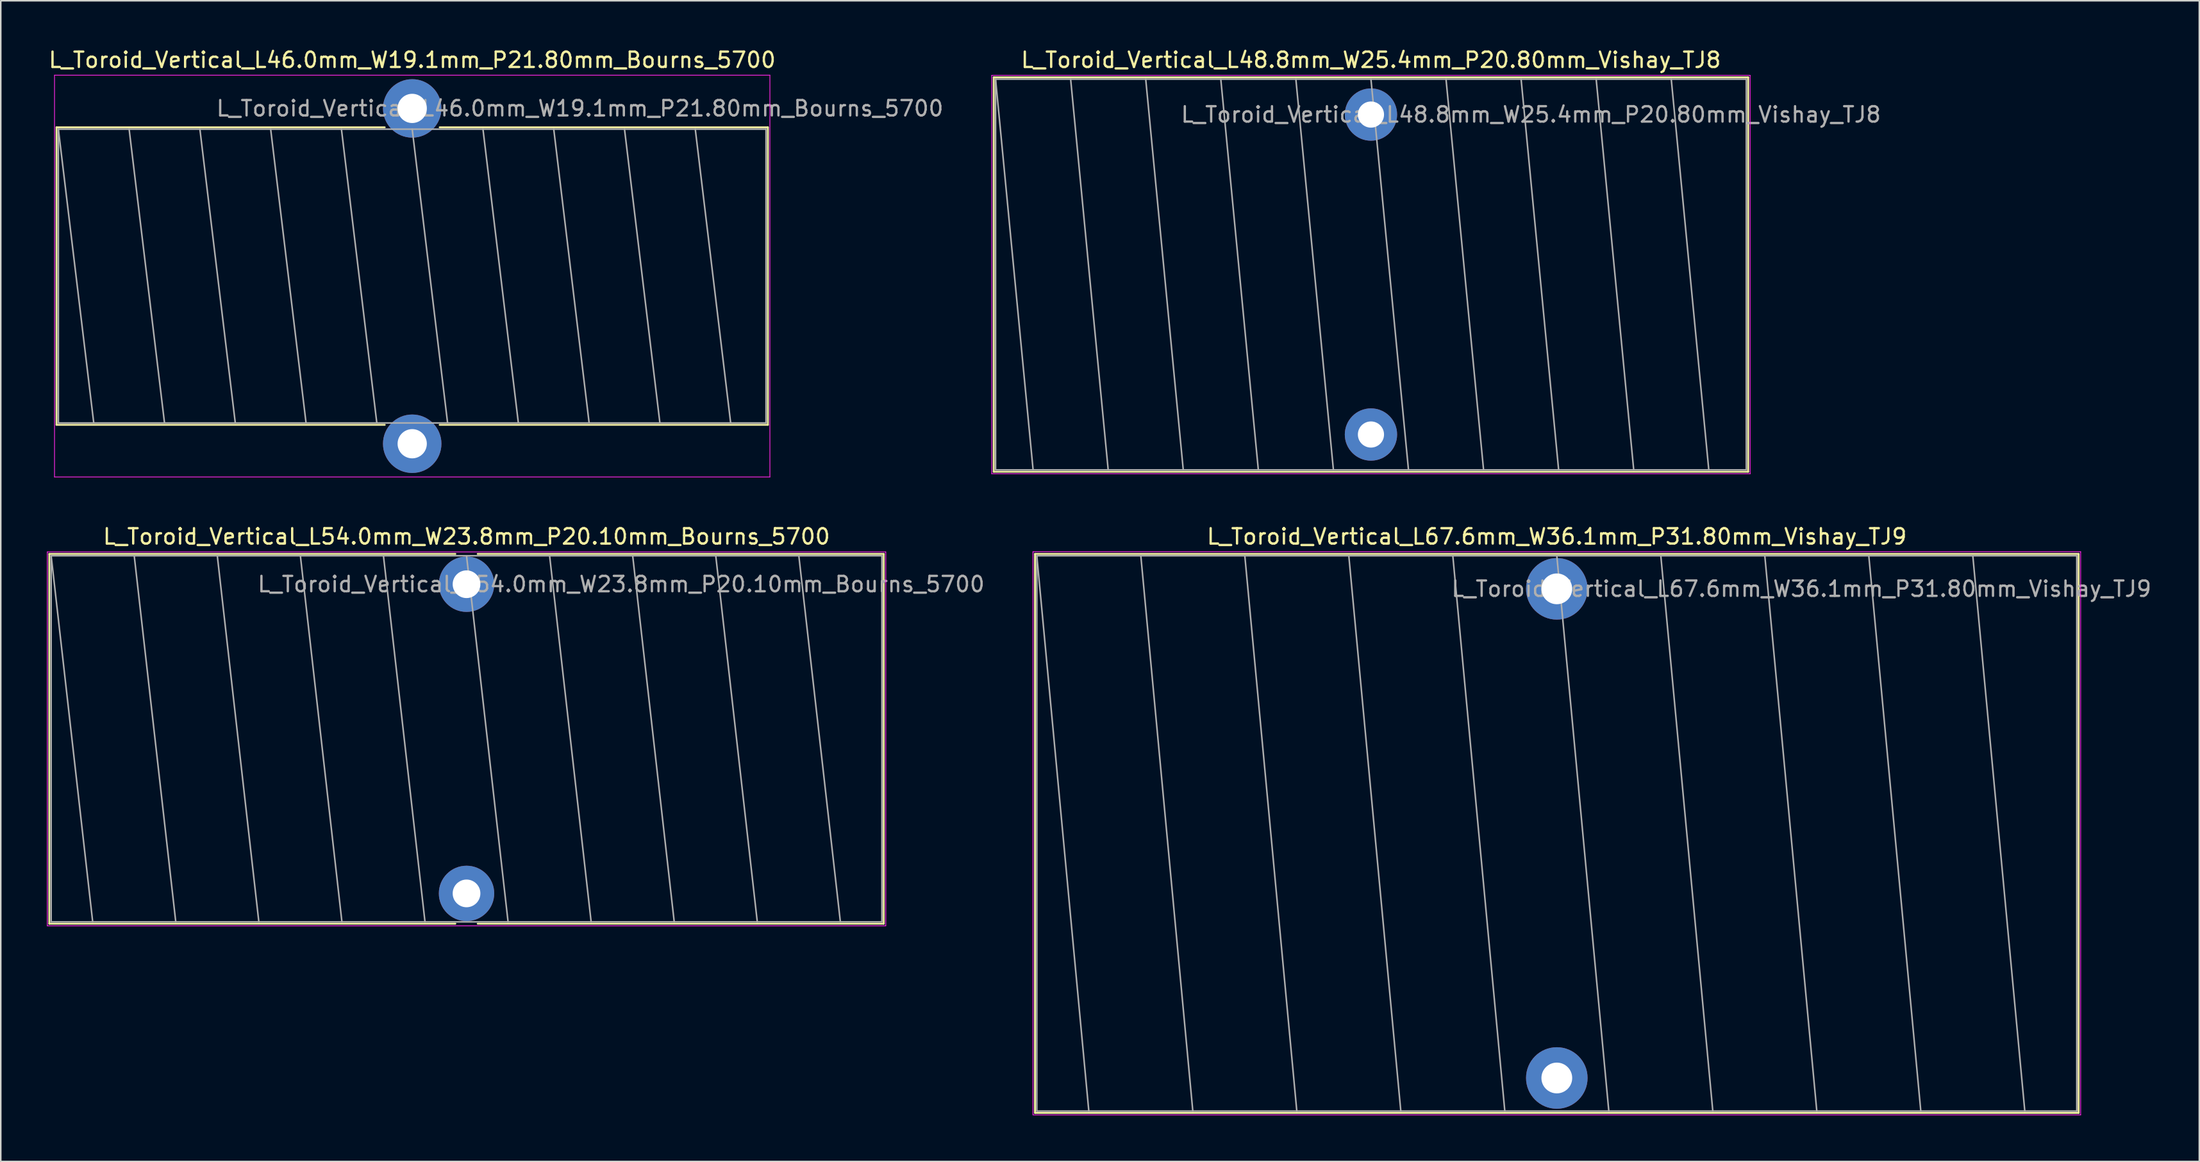
<source format=kicad_pcb>
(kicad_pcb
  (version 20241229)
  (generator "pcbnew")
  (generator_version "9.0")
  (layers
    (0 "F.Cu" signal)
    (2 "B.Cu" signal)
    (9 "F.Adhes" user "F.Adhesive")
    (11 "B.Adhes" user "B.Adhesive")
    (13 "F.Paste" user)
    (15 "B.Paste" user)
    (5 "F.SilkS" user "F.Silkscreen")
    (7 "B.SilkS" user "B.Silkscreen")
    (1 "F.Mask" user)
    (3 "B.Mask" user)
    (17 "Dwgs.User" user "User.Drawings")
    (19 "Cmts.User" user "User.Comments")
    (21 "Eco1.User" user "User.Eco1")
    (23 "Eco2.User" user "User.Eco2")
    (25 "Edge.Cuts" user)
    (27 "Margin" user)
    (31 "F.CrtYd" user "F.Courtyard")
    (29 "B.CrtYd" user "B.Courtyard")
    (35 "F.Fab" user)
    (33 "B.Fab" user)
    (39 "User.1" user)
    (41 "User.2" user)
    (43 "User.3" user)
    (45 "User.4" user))
  (footprint "L_Toroid_Vertical_L46.0mm_W19.1mm_P21.80mm_Bourns_5700"
    (layer "F.Cu")
    (at 23.744 3.998)
    (property "Reference" "L_Toroid_Vertical_L46.0mm_W19.1mm_P21.80mm_Bourns_5700" (at 0 -3.15 0) (layer "F.SilkS") (effects (font (size 1 1) (thickness 0.15))))
    (attr through_hole)
    (fp_line (start -23.12 1.23) (end -23.12 20.57) (stroke (width 0.12) (type solid)) (layer "F.SilkS"))
    (fp_line (start -23.12 1.23) (end -1.785 1.23) (stroke (width 0.12) (type solid)) (layer "F.SilkS"))
    (fp_line (start -23.12 20.57) (end -1.785 20.57) (stroke (width 0.12) (type solid)) (layer "F.SilkS"))
    (fp_line (start 1.785 1.23) (end 23.12 1.23) (stroke (width 0.12) (type solid)) (layer "F.SilkS"))
    (fp_line (start 1.785 20.57) (end 23.12 20.57) (stroke (width 0.12) (type solid)) (layer "F.SilkS"))
    (fp_line (start 23.12 1.23) (end 23.12 20.57) (stroke (width 0.12) (type solid)) (layer "F.SilkS"))
    (fp_line (start -23.25 -2.16) (end -23.25 23.96) (stroke (width 0.05) (type solid)) (layer "F.CrtYd"))
    (fp_line (start -23.25 23.96) (end 23.25 23.96) (stroke (width 0.05) (type solid)) (layer "F.CrtYd"))
    (fp_line (start 23.25 -2.16) (end -23.25 -2.16) (stroke (width 0.05) (type solid)) (layer "F.CrtYd"))
    (fp_line (start 23.25 23.96) (end 23.25 -2.16) (stroke (width 0.05) (type solid)) (layer "F.CrtYd"))
    (fp_line (start -23 1.35) (end -23 20.45) (stroke (width 0.1) (type solid)) (layer "F.Fab"))
    (fp_line (start -23 1.35) (end -20.7 20.45) (stroke (width 0.1) (type solid)) (layer "F.Fab"))
    (fp_line (start -23 20.45) (end 23 20.45) (stroke (width 0.1) (type solid)) (layer "F.Fab"))
    (fp_line (start -18.4 1.35) (end -16.1 20.45) (stroke (width 0.1) (type solid)) (layer "F.Fab"))
    (fp_line (start -13.8 1.35) (end -11.5 20.45) (stroke (width 0.1) (type solid)) (layer "F.Fab"))
    (fp_line (start -9.2 1.35) (end -6.9 20.45) (stroke (width 0.1) (type solid)) (layer "F.Fab"))
    (fp_line (start -4.6 1.35) (end -2.3 20.45) (stroke (width 0.1) (type solid)) (layer "F.Fab"))
    (fp_line (start 0 1.35) (end 2.3 20.45) (stroke (width 0.1) (type solid)) (layer "F.Fab"))
    (fp_line (start 4.6 1.35) (end 6.9 20.45) (stroke (width 0.1) (type solid)) (layer "F.Fab"))
    (fp_line (start 9.2 1.35) (end 11.5 20.45) (stroke (width 0.1) (type solid)) (layer "F.Fab"))
    (fp_line (start 13.8 1.35) (end 16.1 20.45) (stroke (width 0.1) (type solid)) (layer "F.Fab"))
    (fp_line (start 18.4 1.35) (end 20.7 20.45) (stroke (width 0.1) (type solid)) (layer "F.Fab"))
    (fp_line (start 23 1.35) (end -23 1.35) (stroke (width 0.1) (type solid)) (layer "F.Fab"))
    (fp_line (start 23 20.45) (end 23 1.35) (stroke (width 0.1) (type solid)) (layer "F.Fab"))
    (fp_text user "${REFERENCE}" (at 10.9 0 0) (layer "F.Fab") (effects (font (size 1 1) (thickness 0.15))))
    (pad "1" thru_hole circle (at 0 0) (size 3.8 3.8) (drill 1.9) (layers "*.Cu" "*.Mask"))
    (pad "2" thru_hole circle (at 0 21.8) (size 3.8 3.8) (drill 1.9) (layers "*.Cu" "*.Mask")))
  (footprint "L_Toroid_Vertical_L67.6mm_W36.1mm_P31.80mm_Vishay_TJ9"
    (layer "F.Cu")
    (at 98.144 35.231)
    (property "Reference" "L_Toroid_Vertical_L67.6mm_W36.1mm_P31.80mm_Vishay_TJ9" (at 0 -3.4 0) (layer "F.SilkS") (effects (font (size 1 1) (thickness 0.15))))
    (attr through_hole)
    (fp_line (start -33.92 -2.27) (end -33.92 34.07) (stroke (width 0.12) (type solid)) (layer "F.SilkS"))
    (fp_line (start -33.92 -2.27) (end 33.92 -2.27) (stroke (width 0.12) (type solid)) (layer "F.SilkS"))
    (fp_line (start -33.92 34.07) (end 33.92 34.07) (stroke (width 0.12) (type solid)) (layer "F.SilkS"))
    (fp_line (start 33.92 -2.27) (end 33.92 34.07) (stroke (width 0.12) (type solid)) (layer "F.SilkS"))
    (fp_line (start -34.05 -2.41) (end -34.05 34.2) (stroke (width 0.05) (type solid)) (layer "F.CrtYd"))
    (fp_line (start -34.05 34.2) (end 34.05 34.2) (stroke (width 0.05) (type solid)) (layer "F.CrtYd"))
    (fp_line (start 34.05 -2.41) (end -34.05 -2.41) (stroke (width 0.05) (type solid)) (layer "F.CrtYd"))
    (fp_line (start 34.05 34.2) (end 34.05 -2.41) (stroke (width 0.05) (type solid)) (layer "F.CrtYd"))
    (fp_line (start -33.8 -2.15) (end -33.8 33.95) (stroke (width 0.1) (type solid)) (layer "F.Fab"))
    (fp_line (start -33.8 -2.15) (end -30.42 33.95) (stroke (width 0.1) (type solid)) (layer "F.Fab"))
    (fp_line (start -33.8 33.95) (end 33.8 33.95) (stroke (width 0.1) (type solid)) (layer "F.Fab"))
    (fp_line (start -27.04 -2.15) (end -23.66 33.95) (stroke (width 0.1) (type solid)) (layer "F.Fab"))
    (fp_line (start -20.28 -2.15) (end -16.9 33.95) (stroke (width 0.1) (type solid)) (layer "F.Fab"))
    (fp_line (start -13.52 -2.15) (end -10.14 33.95) (stroke (width 0.1) (type solid)) (layer "F.Fab"))
    (fp_line (start -6.76 -2.15) (end -3.38 33.95) (stroke (width 0.1) (type solid)) (layer "F.Fab"))
    (fp_line (start 0 -2.15) (end 3.38 33.95) (stroke (width 0.1) (type solid)) (layer "F.Fab"))
    (fp_line (start 6.76 -2.15) (end 10.14 33.95) (stroke (width 0.1) (type solid)) (layer "F.Fab"))
    (fp_line (start 13.52 -2.15) (end 16.9 33.95) (stroke (width 0.1) (type solid)) (layer "F.Fab"))
    (fp_line (start 20.28 -2.15) (end 23.66 33.95) (stroke (width 0.1) (type solid)) (layer "F.Fab"))
    (fp_line (start 27.04 -2.15) (end 30.42 33.95) (stroke (width 0.1) (type solid)) (layer "F.Fab"))
    (fp_line (start 33.8 -2.15) (end -33.8 -2.15) (stroke (width 0.1) (type solid)) (layer "F.Fab"))
    (fp_line (start 33.8 33.95) (end 33.8 -2.15) (stroke (width 0.1) (type solid)) (layer "F.Fab"))
    (fp_text user "${REFERENCE}" (at 15.9 0 0) (layer "F.Fab") (effects (font (size 1 1) (thickness 0.15))))
    (pad "1" thru_hole circle (at 0 0) (size 4 4) (drill 2) (layers "*.Cu" "*.Mask"))
    (pad "2" thru_hole circle (at 0 31.8) (size 4 4) (drill 2) (layers "*.Cu" "*.Mask")))
  (footprint "L_Toroid_Vertical_L54.0mm_W23.8mm_P20.10mm_Bourns_5700"
    (layer "F.Cu")
    (at 27.275 34.931)
    (property "Reference" "L_Toroid_Vertical_L54.0mm_W23.8mm_P20.10mm_Bourns_5700" (at 0 -3.1 0) (layer "F.SilkS") (effects (font (size 1 1) (thickness 0.15))))
    (attr through_hole)
    (fp_line (start -27.12 -1.97) (end -27.12 22.07) (stroke (width 0.12) (type solid)) (layer "F.SilkS"))
    (fp_line (start -27.12 -1.97) (end -0.725 -1.97) (stroke (width 0.12) (type solid)) (layer "F.SilkS"))
    (fp_line (start -27.12 22.07) (end -0.725 22.07) (stroke (width 0.12) (type solid)) (layer "F.SilkS"))
    (fp_line (start 0.725 -1.97) (end 27.12 -1.97) (stroke (width 0.12) (type solid)) (layer "F.SilkS"))
    (fp_line (start 0.725 22.07) (end 27.12 22.07) (stroke (width 0.12) (type solid)) (layer "F.SilkS"))
    (fp_line (start 27.12 -1.97) (end 27.12 22.07) (stroke (width 0.12) (type solid)) (layer "F.SilkS"))
    (fp_line (start -27.25 -2.1) (end -27.25 22.21) (stroke (width 0.05) (type solid)) (layer "F.CrtYd"))
    (fp_line (start -27.25 22.21) (end 27.25 22.21) (stroke (width 0.05) (type solid)) (layer "F.CrtYd"))
    (fp_line (start 27.25 -2.1) (end -27.25 -2.1) (stroke (width 0.05) (type solid)) (layer "F.CrtYd"))
    (fp_line (start 27.25 22.21) (end 27.25 -2.1) (stroke (width 0.05) (type solid)) (layer "F.CrtYd"))
    (fp_line (start -27 -1.85) (end -27 21.95) (stroke (width 0.1) (type solid)) (layer "F.Fab"))
    (fp_line (start -27 -1.85) (end -24.3 21.95) (stroke (width 0.1) (type solid)) (layer "F.Fab"))
    (fp_line (start -27 21.95) (end 27 21.95) (stroke (width 0.1) (type solid)) (layer "F.Fab"))
    (fp_line (start -21.6 -1.85) (end -18.9 21.95) (stroke (width 0.1) (type solid)) (layer "F.Fab"))
    (fp_line (start -16.2 -1.85) (end -13.5 21.95) (stroke (width 0.1) (type solid)) (layer "F.Fab"))
    (fp_line (start -10.8 -1.85) (end -8.1 21.95) (stroke (width 0.1) (type solid)) (layer "F.Fab"))
    (fp_line (start -5.4 -1.85) (end -2.7 21.95) (stroke (width 0.1) (type solid)) (layer "F.Fab"))
    (fp_line (start 0 -1.85) (end 2.7 21.95) (stroke (width 0.1) (type solid)) (layer "F.Fab"))
    (fp_line (start 5.4 -1.85) (end 8.1 21.95) (stroke (width 0.1) (type solid)) (layer "F.Fab"))
    (fp_line (start 10.8 -1.85) (end 13.5 21.95) (stroke (width 0.1) (type solid)) (layer "F.Fab"))
    (fp_line (start 16.2 -1.85) (end 18.9 21.95) (stroke (width 0.1) (type solid)) (layer "F.Fab"))
    (fp_line (start 21.6 -1.85) (end 24.3 21.95) (stroke (width 0.1) (type solid)) (layer "F.Fab"))
    (fp_line (start 27 -1.85) (end -27 -1.85) (stroke (width 0.1) (type solid)) (layer "F.Fab"))
    (fp_line (start 27 21.95) (end 27 -1.85) (stroke (width 0.1) (type solid)) (layer "F.Fab"))
    (fp_text user "${REFERENCE}" (at 10.05 0 0) (layer "F.Fab") (effects (font (size 1 1) (thickness 0.15))))
    (pad "1" thru_hole circle (at 0 0) (size 3.6 3.6) (drill 1.8) (layers "*.Cu" "*.Mask"))
    (pad "2" thru_hole circle (at 0 20.1) (size 3.6 3.6) (drill 1.8) (layers "*.Cu" "*.Mask")))
  (footprint "L_Toroid_Vertical_L48.8mm_W25.4mm_P20.80mm_Vishay_TJ8"
    (layer "F.Cu")
    (at 86.063 4.398)
    (property "Reference" "L_Toroid_Vertical_L48.8mm_W25.4mm_P20.80mm_Vishay_TJ8" (at 0 -3.55 0) (layer "F.SilkS") (effects (font (size 1 1) (thickness 0.15))))
    (attr through_hole)
    (fp_line (start -24.52 -2.42) (end -24.52 23.22) (stroke (width 0.12) (type solid)) (layer "F.SilkS"))
    (fp_line (start -24.52 -2.42) (end 24.52 -2.42) (stroke (width 0.12) (type solid)) (layer "F.SilkS"))
    (fp_line (start -24.52 23.22) (end 24.52 23.22) (stroke (width 0.12) (type solid)) (layer "F.SilkS"))
    (fp_line (start 24.52 -2.42) (end 24.52 23.22) (stroke (width 0.12) (type solid)) (layer "F.SilkS"))
    (fp_line (start -24.65 -2.55) (end -24.65 23.35) (stroke (width 0.05) (type solid)) (layer "F.CrtYd"))
    (fp_line (start -24.65 23.35) (end 24.65 23.35) (stroke (width 0.05) (type solid)) (layer "F.CrtYd"))
    (fp_line (start 24.65 -2.55) (end -24.65 -2.55) (stroke (width 0.05) (type solid)) (layer "F.CrtYd"))
    (fp_line (start 24.65 23.35) (end 24.65 -2.55) (stroke (width 0.05) (type solid)) (layer "F.CrtYd"))
    (fp_line (start -24.4 -2.3) (end -24.4 23.1) (stroke (width 0.1) (type solid)) (layer "F.Fab"))
    (fp_line (start -24.4 -2.3) (end -21.96 23.1) (stroke (width 0.1) (type solid)) (layer "F.Fab"))
    (fp_line (start -24.4 23.1) (end 24.4 23.1) (stroke (width 0.1) (type solid)) (layer "F.Fab"))
    (fp_line (start -19.52 -2.3) (end -17.08 23.1) (stroke (width 0.1) (type solid)) (layer "F.Fab"))
    (fp_line (start -14.64 -2.3) (end -12.2 23.1) (stroke (width 0.1) (type solid)) (layer "F.Fab"))
    (fp_line (start -9.76 -2.3) (end -7.32 23.1) (stroke (width 0.1) (type solid)) (layer "F.Fab"))
    (fp_line (start -4.88 -2.3) (end -2.44 23.1) (stroke (width 0.1) (type solid)) (layer "F.Fab"))
    (fp_line (start 0 -2.3) (end 2.44 23.1) (stroke (width 0.1) (type solid)) (layer "F.Fab"))
    (fp_line (start 4.88 -2.3) (end 7.32 23.1) (stroke (width 0.1) (type solid)) (layer "F.Fab"))
    (fp_line (start 9.76 -2.3) (end 12.2 23.1) (stroke (width 0.1) (type solid)) (layer "F.Fab"))
    (fp_line (start 14.64 -2.3) (end 17.08 23.1) (stroke (width 0.1) (type solid)) (layer "F.Fab"))
    (fp_line (start 19.52 -2.3) (end 21.96 23.1) (stroke (width 0.1) (type solid)) (layer "F.Fab"))
    (fp_line (start 24.4 -2.3) (end -24.4 -2.3) (stroke (width 0.1) (type solid)) (layer "F.Fab"))
    (fp_line (start 24.4 23.1) (end 24.4 -2.3) (stroke (width 0.1) (type solid)) (layer "F.Fab"))
    (fp_text user "${REFERENCE}" (at 10.4 0 0) (layer "F.Fab") (effects (font (size 1 1) (thickness 0.15))))
    (pad "1" thru_hole circle (at 0 0) (size 3.4 3.4) (drill 1.7) (layers "*.Cu" "*.Mask"))
    (pad "2" thru_hole circle (at 0 20.8) (size 3.4 3.4) (drill 1.7) (layers "*.Cu" "*.Mask")))
  (gr_rect
    (start -3 -3)
    (end 139.907 72.457)
    (stroke (width 0.1) (type default))
    (fill no)
    (layer "Edge.Cuts")))
</source>
